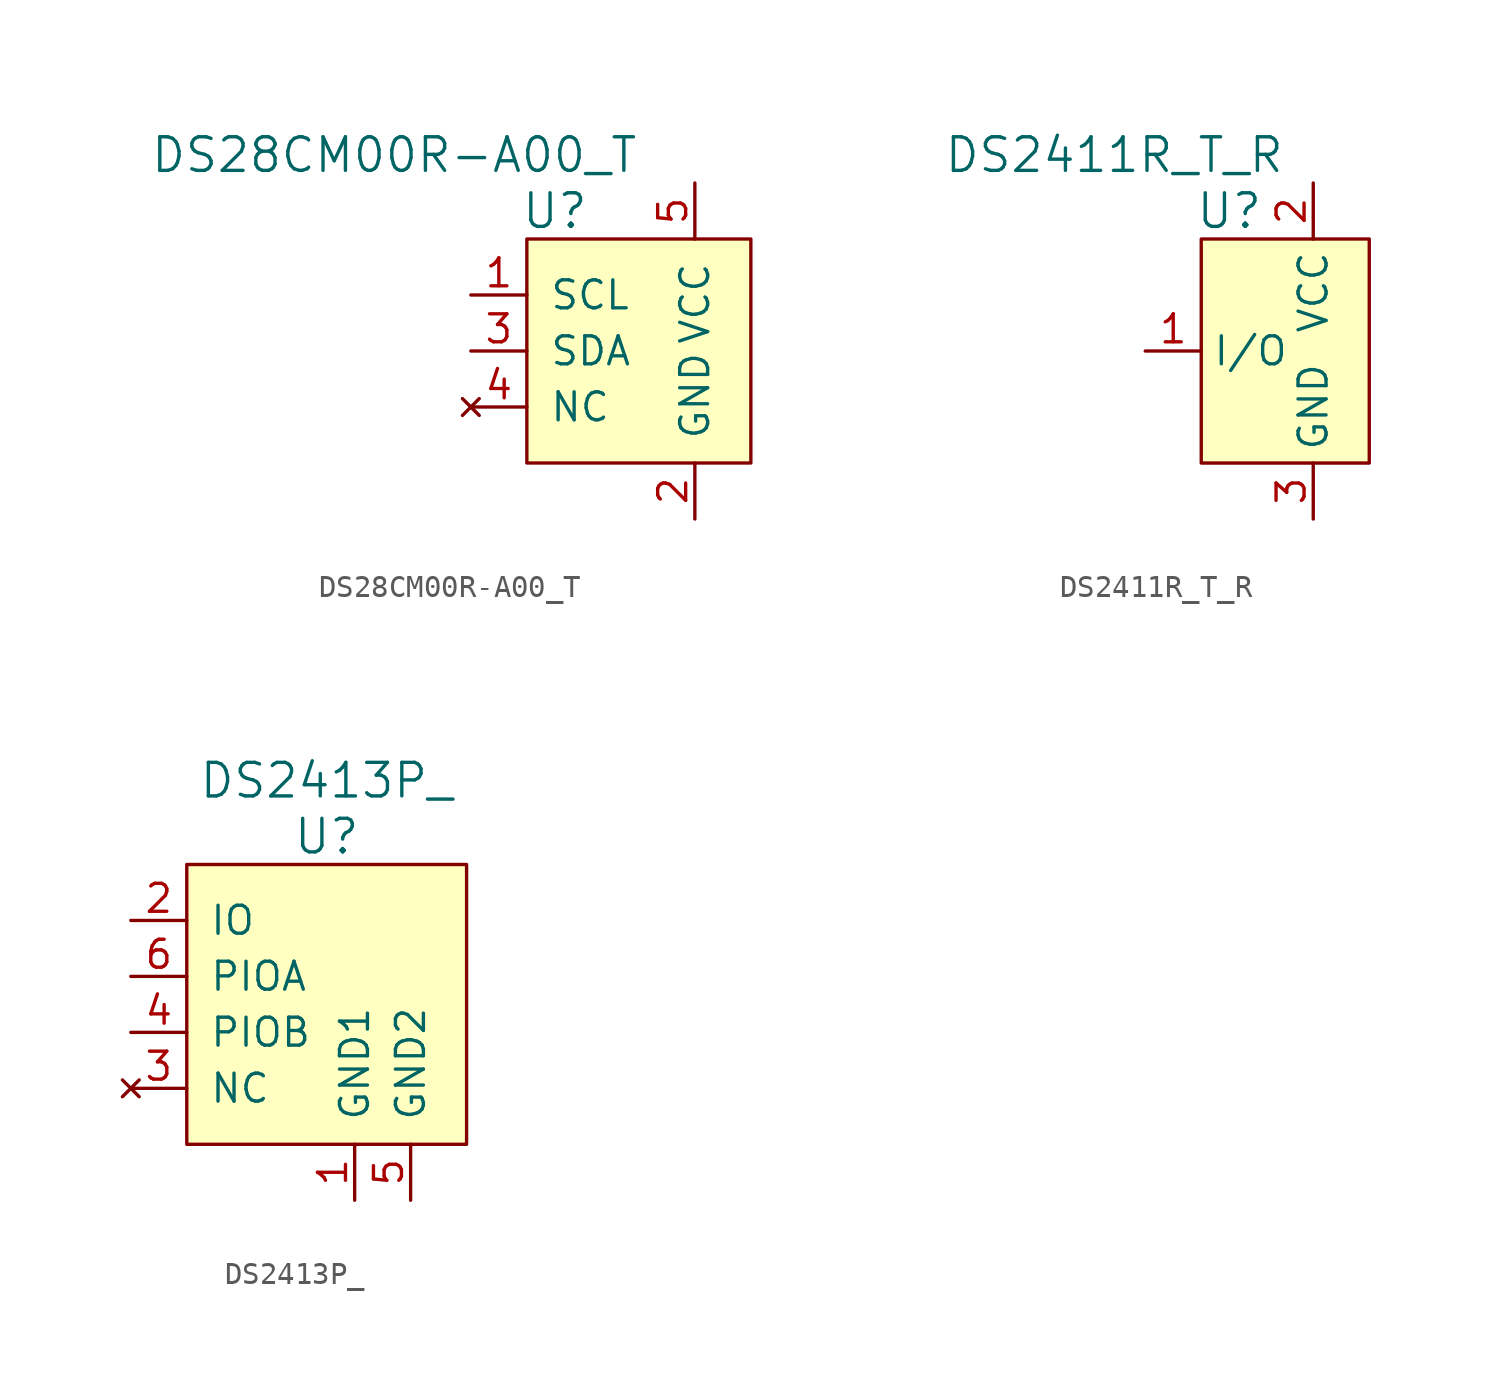
<source format=kicad_sym>
(kicad_symbol_lib
  (version 20220914)
  (generator kicad_symbol_editor)
  (symbol "DS28CM00R-A00_T"
    (pin_names
      (offset 1.016))
    (property "Reference" "U"
      (at -6.35 3.81 0)
      (effects (font (size 1.524 1.524))))
    (property "Value" "DS28CM00R-A00_T"
      (at -2.54 6.35 0)
      (effects (font (size 1.524 1.524)) (justify right)))
    (symbol "DS28CM00R-A00_T_0_1"
      (rectangle (start -7.62 2.54) (end 2.54 -7.62) (stroke (width 0) (type solid)) (fill (type background))))
    (symbol "DS28CM00R-A00_T_1_1"
      (pin input line (at -10.16 0 0) (length 2.54) (name "SCL" (effects (font (size 1.27 1.27)))) (number "1" (effects (font (size 1.27 1.27)))))
      (pin power_in line (at 0 -10.16 90) (length 2.54) (name "GND" (effects (font (size 1.27 1.27)))) (number "2" (effects (font (size 1.27 1.27)))))
      (pin bidirectional line (at -10.16 -2.54 0) (length 2.54) (name "SDA" (effects (font (size 1.27 1.27)))) (number "3" (effects (font (size 1.27 1.27)))))
      (pin no_connect line (at -10.16 -5.08 0) (length 2.54) (name "NC" (effects (font (size 1.27 1.27)))) (number "4" (effects (font (size 1.27 1.27)))))
      (pin power_in line (at 0 5.08 270) (length 2.54) (name "VCC" (effects (font (size 1.27 1.27)))) (number "5" (effects (font (size 1.27 1.27)))))))
  (symbol "DS2411R_T_R"
    (property "Reference" "U"
      (at -3.81 6.35 0)
      (effects (font (size 1.524 1.524))))
    (property "Value" "DS2411R_T_R"
      (at -1.27 8.89 0)
      (effects (font (size 1.524 1.524)) (justify right)))
    (symbol "DS2411R_T_R_0_1"
      (rectangle (start -5.08 5.08) (end 2.54 -5.08) (stroke (width 0) (type solid)) (fill (type background))))
    (symbol "DS2411R_T_R_1_1"
      (pin bidirectional line (at -7.62 0 0) (length 2.54) (name "I/O" (effects (font (size 1.27 1.27)))) (number "1" (effects (font (size 1.27 1.27)))))
      (pin power_in line (at 0 7.62 270) (length 2.54) (name "VCC" (effects (font (size 1.27 1.27)))) (number "2" (effects (font (size 1.27 1.27)))))
      (pin power_in line (at 0 -7.62 90) (length 2.54) (name "GND" (effects (font (size 1.27 1.27)))) (number "3" (effects (font (size 1.27 1.27)))))))
  (symbol "DS2413P_"
    (pin_names
      (offset 1.016))
    (property "Reference" "U"
      (at 1.27 6.35 0)
      (effects (font (size 1.524 1.524))))
    (property "Value" "DS2413P_"
      (at 1.27 8.89 0)
      (effects (font (size 1.524 1.524))))
    (symbol "DS2413P__0_1"
      (rectangle (start -5.08 5.08) (end 7.62 -7.62) (stroke (width 0) (type solid)) (fill (type background))))
    (symbol "DS2413P__1_1"
      (pin power_in line (at 2.54 -10.16 90) (length 2.54) (name "GND1" (effects (font (size 1.27 1.27)))) (number "1" (effects (font (size 1.27 1.27)))))
      (pin bidirectional line (at -7.62 2.54 0) (length 2.54) (name "IO" (effects (font (size 1.27 1.27)))) (number "2" (effects (font (size 1.27 1.27)))))
      (pin no_connect line (at -7.62 -5.08 0) (length 2.54) (name "NC" (effects (font (size 1.27 1.27)))) (number "3" (effects (font (size 1.27 1.27)))))
      (pin bidirectional line (at -7.62 -2.54 0) (length 2.54) (name "PIOB" (effects (font (size 1.27 1.27)))) (number "4" (effects (font (size 1.27 1.27)))))
      (pin power_in line (at 5.08 -10.16 90) (length 2.54) (name "GND2" (effects (font (size 1.27 1.27)))) (number "5" (effects (font (size 1.27 1.27)))))
      (pin bidirectional line (at -7.62 0 0) (length 2.54) (name "PIOA" (effects (font (size 1.27 1.27)))) (number "6" (effects (font (size 1.27 1.27))))))))
</source>
